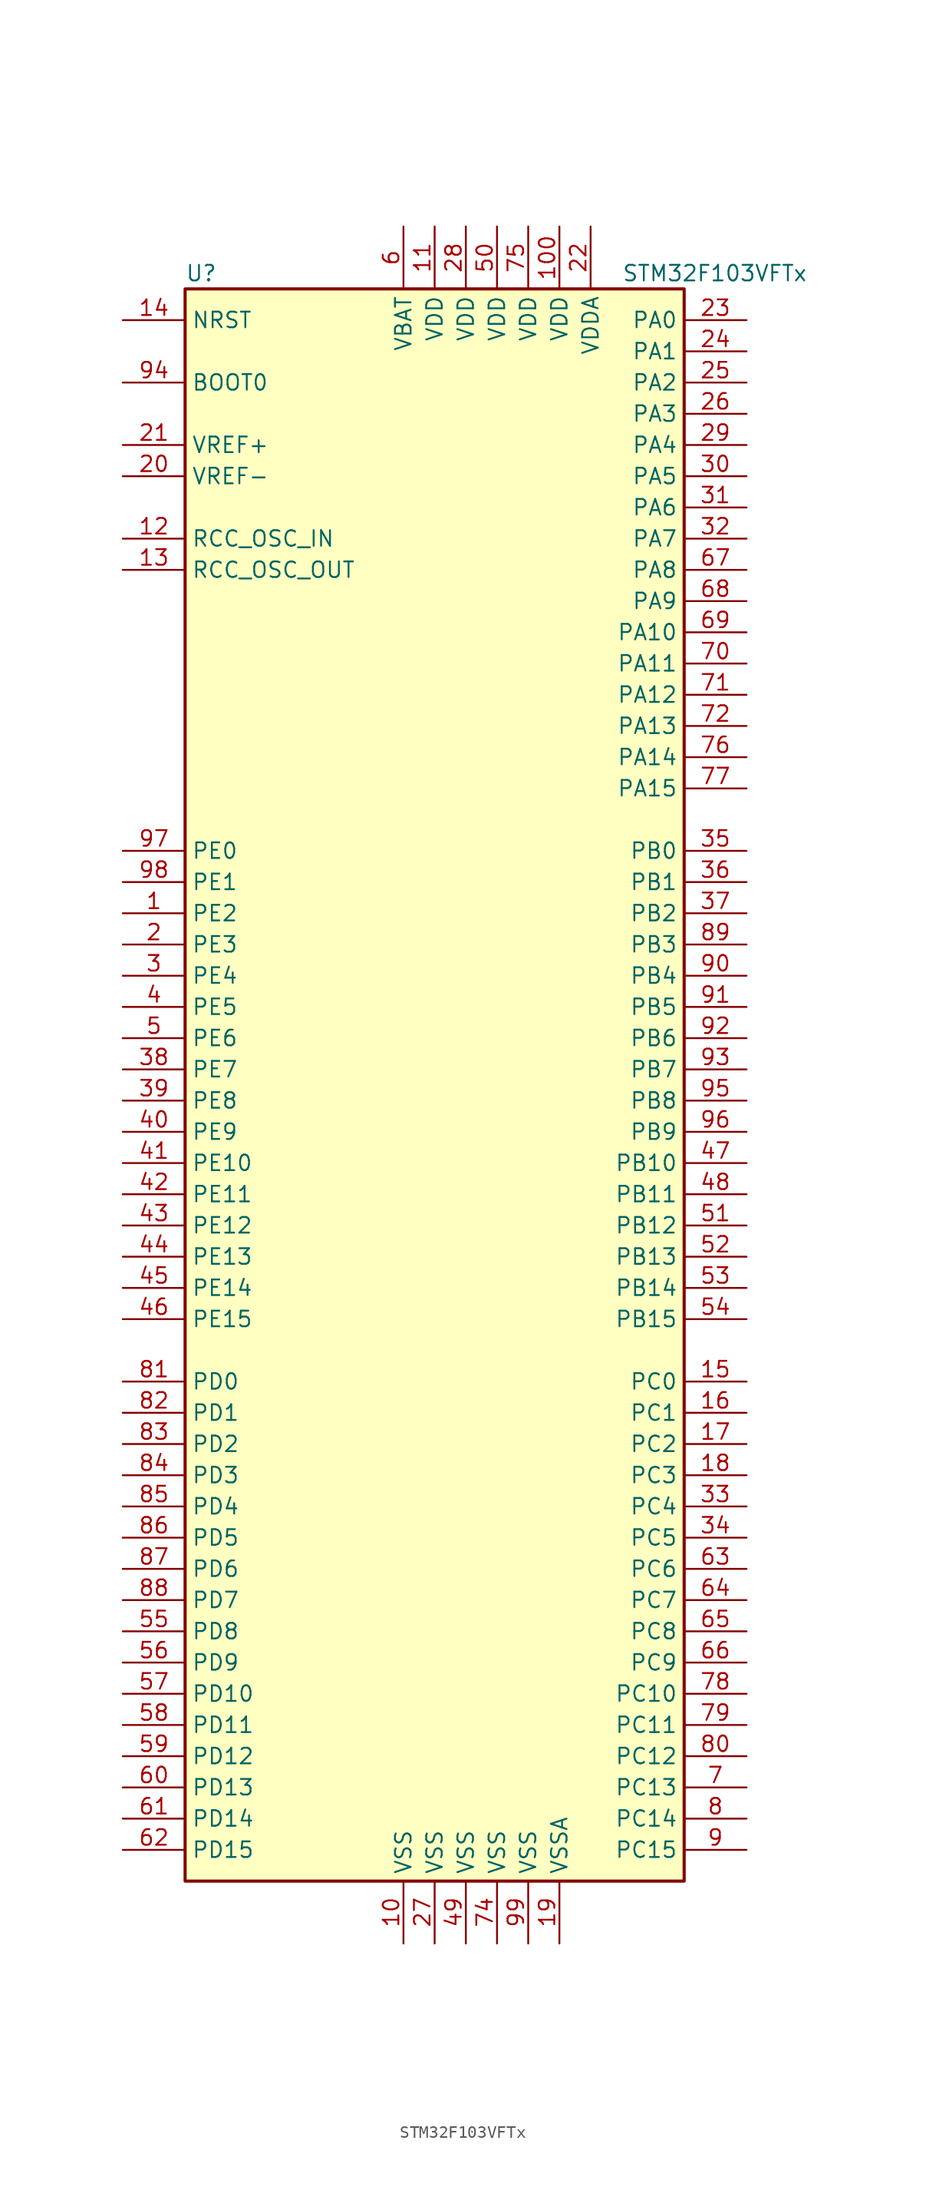
<source format=kicad_sym>
(kicad_symbol_lib
  (version 20201005)
  (generator kicad_symbol_editor)
  (symbol "MCU_ST_STM32F1:STM32F103VFTx"
    (property "Reference" "U"
      (at -20.32 64.77 0)
      (effects (font (size 1.27 1.27)) (justify left)))
    (property "Value" "STM32F103VFTx"
      (at 15.24 64.77 0)
      (effects (font (size 1.27 1.27)) (justify left)))
    (symbol "STM32F103VFTx_0_1"
      (rectangle (start -20.32 -66.04) (end 20.32 63.5) (stroke (width 0.254)) (fill (type background))))
    (symbol "STM32F103VFTx_1_1"
      (pin input line (at -25.4 55.88 0) (length 5.08) (name "BOOT0" (effects (font (size 1.27 1.27)))) (number "94" (effects (font (size 1.27 1.27)))))
      (pin no_connect line (at -20.32 -63.5 0) (length 5.08) hide (name "NC" (effects (font (size 1.27 1.27)))) (number "73" (effects (font (size 1.27 1.27)))))
      (pin input line (at -25.4 60.96 0) (length 5.08) (name "NRST" (effects (font (size 1.27 1.27)))) (number "14" (effects (font (size 1.27 1.27)))))
      (pin bidirectional line (at 25.4 60.96 180) (length 5.08) (name "PA0" (effects (font (size 1.27 1.27)))) (number "23" (effects (font (size 1.27 1.27)))))
      (pin bidirectional line (at 25.4 58.42 180) (length 5.08) (name "PA1" (effects (font (size 1.27 1.27)))) (number "24" (effects (font (size 1.27 1.27)))))
      (pin bidirectional line (at 25.4 35.56 180) (length 5.08) (name "PA10" (effects (font (size 1.27 1.27)))) (number "69" (effects (font (size 1.27 1.27)))))
      (pin bidirectional line (at 25.4 33.02 180) (length 5.08) (name "PA11" (effects (font (size 1.27 1.27)))) (number "70" (effects (font (size 1.27 1.27)))))
      (pin bidirectional line (at 25.4 30.48 180) (length 5.08) (name "PA12" (effects (font (size 1.27 1.27)))) (number "71" (effects (font (size 1.27 1.27)))))
      (pin bidirectional line (at 25.4 27.94 180) (length 5.08) (name "PA13" (effects (font (size 1.27 1.27)))) (number "72" (effects (font (size 1.27 1.27)))))
      (pin bidirectional line (at 25.4 25.4 180) (length 5.08) (name "PA14" (effects (font (size 1.27 1.27)))) (number "76" (effects (font (size 1.27 1.27)))))
      (pin bidirectional line (at 25.4 22.86 180) (length 5.08) (name "PA15" (effects (font (size 1.27 1.27)))) (number "77" (effects (font (size 1.27 1.27)))))
      (pin bidirectional line (at 25.4 55.88 180) (length 5.08) (name "PA2" (effects (font (size 1.27 1.27)))) (number "25" (effects (font (size 1.27 1.27)))))
      (pin bidirectional line (at 25.4 53.34 180) (length 5.08) (name "PA3" (effects (font (size 1.27 1.27)))) (number "26" (effects (font (size 1.27 1.27)))))
      (pin bidirectional line (at 25.4 50.8 180) (length 5.08) (name "PA4" (effects (font (size 1.27 1.27)))) (number "29" (effects (font (size 1.27 1.27)))))
      (pin bidirectional line (at 25.4 48.26 180) (length 5.08) (name "PA5" (effects (font (size 1.27 1.27)))) (number "30" (effects (font (size 1.27 1.27)))))
      (pin bidirectional line (at 25.4 45.72 180) (length 5.08) (name "PA6" (effects (font (size 1.27 1.27)))) (number "31" (effects (font (size 1.27 1.27)))))
      (pin bidirectional line (at 25.4 43.18 180) (length 5.08) (name "PA7" (effects (font (size 1.27 1.27)))) (number "32" (effects (font (size 1.27 1.27)))))
      (pin bidirectional line (at 25.4 40.64 180) (length 5.08) (name "PA8" (effects (font (size 1.27 1.27)))) (number "67" (effects (font (size 1.27 1.27)))))
      (pin bidirectional line (at 25.4 38.1 180) (length 5.08) (name "PA9" (effects (font (size 1.27 1.27)))) (number "68" (effects (font (size 1.27 1.27)))))
      (pin bidirectional line (at 25.4 17.78 180) (length 5.08) (name "PB0" (effects (font (size 1.27 1.27)))) (number "35" (effects (font (size 1.27 1.27)))))
      (pin bidirectional line (at 25.4 15.24 180) (length 5.08) (name "PB1" (effects (font (size 1.27 1.27)))) (number "36" (effects (font (size 1.27 1.27)))))
      (pin bidirectional line (at 25.4 -7.62 180) (length 5.08) (name "PB10" (effects (font (size 1.27 1.27)))) (number "47" (effects (font (size 1.27 1.27)))))
      (pin bidirectional line (at 25.4 -10.16 180) (length 5.08) (name "PB11" (effects (font (size 1.27 1.27)))) (number "48" (effects (font (size 1.27 1.27)))))
      (pin bidirectional line (at 25.4 -12.7 180) (length 5.08) (name "PB12" (effects (font (size 1.27 1.27)))) (number "51" (effects (font (size 1.27 1.27)))))
      (pin bidirectional line (at 25.4 -15.24 180) (length 5.08) (name "PB13" (effects (font (size 1.27 1.27)))) (number "52" (effects (font (size 1.27 1.27)))))
      (pin bidirectional line (at 25.4 -17.78 180) (length 5.08) (name "PB14" (effects (font (size 1.27 1.27)))) (number "53" (effects (font (size 1.27 1.27)))))
      (pin bidirectional line (at 25.4 -20.32 180) (length 5.08) (name "PB15" (effects (font (size 1.27 1.27)))) (number "54" (effects (font (size 1.27 1.27)))))
      (pin bidirectional line (at 25.4 12.7 180) (length 5.08) (name "PB2" (effects (font (size 1.27 1.27)))) (number "37" (effects (font (size 1.27 1.27)))))
      (pin bidirectional line (at 25.4 10.16 180) (length 5.08) (name "PB3" (effects (font (size 1.27 1.27)))) (number "89" (effects (font (size 1.27 1.27)))))
      (pin bidirectional line (at 25.4 7.62 180) (length 5.08) (name "PB4" (effects (font (size 1.27 1.27)))) (number "90" (effects (font (size 1.27 1.27)))))
      (pin bidirectional line (at 25.4 5.08 180) (length 5.08) (name "PB5" (effects (font (size 1.27 1.27)))) (number "91" (effects (font (size 1.27 1.27)))))
      (pin bidirectional line (at 25.4 2.54 180) (length 5.08) (name "PB6" (effects (font (size 1.27 1.27)))) (number "92" (effects (font (size 1.27 1.27)))))
      (pin bidirectional line (at 25.4 0 180) (length 5.08) (name "PB7" (effects (font (size 1.27 1.27)))) (number "93" (effects (font (size 1.27 1.27)))))
      (pin bidirectional line (at 25.4 -2.54 180) (length 5.08) (name "PB8" (effects (font (size 1.27 1.27)))) (number "95" (effects (font (size 1.27 1.27)))))
      (pin bidirectional line (at 25.4 -5.08 180) (length 5.08) (name "PB9" (effects (font (size 1.27 1.27)))) (number "96" (effects (font (size 1.27 1.27)))))
      (pin bidirectional line (at 25.4 -25.4 180) (length 5.08) (name "PC0" (effects (font (size 1.27 1.27)))) (number "15" (effects (font (size 1.27 1.27)))))
      (pin bidirectional line (at 25.4 -27.94 180) (length 5.08) (name "PC1" (effects (font (size 1.27 1.27)))) (number "16" (effects (font (size 1.27 1.27)))))
      (pin bidirectional line (at 25.4 -50.8 180) (length 5.08) (name "PC10" (effects (font (size 1.27 1.27)))) (number "78" (effects (font (size 1.27 1.27)))))
      (pin bidirectional line (at 25.4 -53.34 180) (length 5.08) (name "PC11" (effects (font (size 1.27 1.27)))) (number "79" (effects (font (size 1.27 1.27)))))
      (pin bidirectional line (at 25.4 -55.88 180) (length 5.08) (name "PC12" (effects (font (size 1.27 1.27)))) (number "80" (effects (font (size 1.27 1.27)))))
      (pin bidirectional line (at 25.4 -58.42 180) (length 5.08) (name "PC13" (effects (font (size 1.27 1.27)))) (number "7" (effects (font (size 1.27 1.27)))))
      (pin bidirectional line (at 25.4 -60.96 180) (length 5.08) (name "PC14" (effects (font (size 1.27 1.27)))) (number "8" (effects (font (size 1.27 1.27)))))
      (pin bidirectional line (at 25.4 -63.5 180) (length 5.08) (name "PC15" (effects (font (size 1.27 1.27)))) (number "9" (effects (font (size 1.27 1.27)))))
      (pin bidirectional line (at 25.4 -30.48 180) (length 5.08) (name "PC2" (effects (font (size 1.27 1.27)))) (number "17" (effects (font (size 1.27 1.27)))))
      (pin bidirectional line (at 25.4 -33.02 180) (length 5.08) (name "PC3" (effects (font (size 1.27 1.27)))) (number "18" (effects (font (size 1.27 1.27)))))
      (pin bidirectional line (at 25.4 -35.56 180) (length 5.08) (name "PC4" (effects (font (size 1.27 1.27)))) (number "33" (effects (font (size 1.27 1.27)))))
      (pin bidirectional line (at 25.4 -38.1 180) (length 5.08) (name "PC5" (effects (font (size 1.27 1.27)))) (number "34" (effects (font (size 1.27 1.27)))))
      (pin bidirectional line (at 25.4 -40.64 180) (length 5.08) (name "PC6" (effects (font (size 1.27 1.27)))) (number "63" (effects (font (size 1.27 1.27)))))
      (pin bidirectional line (at 25.4 -43.18 180) (length 5.08) (name "PC7" (effects (font (size 1.27 1.27)))) (number "64" (effects (font (size 1.27 1.27)))))
      (pin bidirectional line (at 25.4 -45.72 180) (length 5.08) (name "PC8" (effects (font (size 1.27 1.27)))) (number "65" (effects (font (size 1.27 1.27)))))
      (pin bidirectional line (at 25.4 -48.26 180) (length 5.08) (name "PC9" (effects (font (size 1.27 1.27)))) (number "66" (effects (font (size 1.27 1.27)))))
      (pin bidirectional line (at -25.4 -25.4 0) (length 5.08) (name "PD0" (effects (font (size 1.27 1.27)))) (number "81" (effects (font (size 1.27 1.27)))))
      (pin bidirectional line (at -25.4 -27.94 0) (length 5.08) (name "PD1" (effects (font (size 1.27 1.27)))) (number "82" (effects (font (size 1.27 1.27)))))
      (pin bidirectional line (at -25.4 -50.8 0) (length 5.08) (name "PD10" (effects (font (size 1.27 1.27)))) (number "57" (effects (font (size 1.27 1.27)))))
      (pin bidirectional line (at -25.4 -53.34 0) (length 5.08) (name "PD11" (effects (font (size 1.27 1.27)))) (number "58" (effects (font (size 1.27 1.27)))))
      (pin bidirectional line (at -25.4 -55.88 0) (length 5.08) (name "PD12" (effects (font (size 1.27 1.27)))) (number "59" (effects (font (size 1.27 1.27)))))
      (pin bidirectional line (at -25.4 -58.42 0) (length 5.08) (name "PD13" (effects (font (size 1.27 1.27)))) (number "60" (effects (font (size 1.27 1.27)))))
      (pin bidirectional line (at -25.4 -60.96 0) (length 5.08) (name "PD14" (effects (font (size 1.27 1.27)))) (number "61" (effects (font (size 1.27 1.27)))))
      (pin bidirectional line (at -25.4 -63.5 0) (length 5.08) (name "PD15" (effects (font (size 1.27 1.27)))) (number "62" (effects (font (size 1.27 1.27)))))
      (pin bidirectional line (at -25.4 -30.48 0) (length 5.08) (name "PD2" (effects (font (size 1.27 1.27)))) (number "83" (effects (font (size 1.27 1.27)))))
      (pin bidirectional line (at -25.4 -33.02 0) (length 5.08) (name "PD3" (effects (font (size 1.27 1.27)))) (number "84" (effects (font (size 1.27 1.27)))))
      (pin bidirectional line (at -25.4 -35.56 0) (length 5.08) (name "PD4" (effects (font (size 1.27 1.27)))) (number "85" (effects (font (size 1.27 1.27)))))
      (pin bidirectional line (at -25.4 -38.1 0) (length 5.08) (name "PD5" (effects (font (size 1.27 1.27)))) (number "86" (effects (font (size 1.27 1.27)))))
      (pin bidirectional line (at -25.4 -40.64 0) (length 5.08) (name "PD6" (effects (font (size 1.27 1.27)))) (number "87" (effects (font (size 1.27 1.27)))))
      (pin bidirectional line (at -25.4 -43.18 0) (length 5.08) (name "PD7" (effects (font (size 1.27 1.27)))) (number "88" (effects (font (size 1.27 1.27)))))
      (pin bidirectional line (at -25.4 -45.72 0) (length 5.08) (name "PD8" (effects (font (size 1.27 1.27)))) (number "55" (effects (font (size 1.27 1.27)))))
      (pin bidirectional line (at -25.4 -48.26 0) (length 5.08) (name "PD9" (effects (font (size 1.27 1.27)))) (number "56" (effects (font (size 1.27 1.27)))))
      (pin bidirectional line (at -25.4 17.78 0) (length 5.08) (name "PE0" (effects (font (size 1.27 1.27)))) (number "97" (effects (font (size 1.27 1.27)))))
      (pin bidirectional line (at -25.4 15.24 0) (length 5.08) (name "PE1" (effects (font (size 1.27 1.27)))) (number "98" (effects (font (size 1.27 1.27)))))
      (pin bidirectional line (at -25.4 -7.62 0) (length 5.08) (name "PE10" (effects (font (size 1.27 1.27)))) (number "41" (effects (font (size 1.27 1.27)))))
      (pin bidirectional line (at -25.4 -10.16 0) (length 5.08) (name "PE11" (effects (font (size 1.27 1.27)))) (number "42" (effects (font (size 1.27 1.27)))))
      (pin bidirectional line (at -25.4 -12.7 0) (length 5.08) (name "PE12" (effects (font (size 1.27 1.27)))) (number "43" (effects (font (size 1.27 1.27)))))
      (pin bidirectional line (at -25.4 -15.24 0) (length 5.08) (name "PE13" (effects (font (size 1.27 1.27)))) (number "44" (effects (font (size 1.27 1.27)))))
      (pin bidirectional line (at -25.4 -17.78 0) (length 5.08) (name "PE14" (effects (font (size 1.27 1.27)))) (number "45" (effects (font (size 1.27 1.27)))))
      (pin bidirectional line (at -25.4 -20.32 0) (length 5.08) (name "PE15" (effects (font (size 1.27 1.27)))) (number "46" (effects (font (size 1.27 1.27)))))
      (pin bidirectional line (at -25.4 12.7 0) (length 5.08) (name "PE2" (effects (font (size 1.27 1.27)))) (number "1" (effects (font (size 1.27 1.27)))))
      (pin bidirectional line (at -25.4 10.16 0) (length 5.08) (name "PE3" (effects (font (size 1.27 1.27)))) (number "2" (effects (font (size 1.27 1.27)))))
      (pin bidirectional line (at -25.4 7.62 0) (length 5.08) (name "PE4" (effects (font (size 1.27 1.27)))) (number "3" (effects (font (size 1.27 1.27)))))
      (pin bidirectional line (at -25.4 5.08 0) (length 5.08) (name "PE5" (effects (font (size 1.27 1.27)))) (number "4" (effects (font (size 1.27 1.27)))))
      (pin bidirectional line (at -25.4 2.54 0) (length 5.08) (name "PE6" (effects (font (size 1.27 1.27)))) (number "5" (effects (font (size 1.27 1.27)))))
      (pin bidirectional line (at -25.4 0 0) (length 5.08) (name "PE7" (effects (font (size 1.27 1.27)))) (number "38" (effects (font (size 1.27 1.27)))))
      (pin bidirectional line (at -25.4 -2.54 0) (length 5.08) (name "PE8" (effects (font (size 1.27 1.27)))) (number "39" (effects (font (size 1.27 1.27)))))
      (pin bidirectional line (at -25.4 -5.08 0) (length 5.08) (name "PE9" (effects (font (size 1.27 1.27)))) (number "40" (effects (font (size 1.27 1.27)))))
      (pin input line (at -25.4 43.18 0) (length 5.08) (name "RCC_OSC_IN" (effects (font (size 1.27 1.27)))) (number "12" (effects (font (size 1.27 1.27)))))
      (pin input line (at -25.4 40.64 0) (length 5.08) (name "RCC_OSC_OUT" (effects (font (size 1.27 1.27)))) (number "13" (effects (font (size 1.27 1.27)))))
      (pin power_in line (at -2.54 68.58 270) (length 5.08) (name "VBAT" (effects (font (size 1.27 1.27)))) (number "6" (effects (font (size 1.27 1.27)))))
      (pin power_in line (at 10.16 68.58 270) (length 5.08) (name "VDD" (effects (font (size 1.27 1.27)))) (number "100" (effects (font (size 1.27 1.27)))))
      (pin power_in line (at 0 68.58 270) (length 5.08) (name "VDD" (effects (font (size 1.27 1.27)))) (number "11" (effects (font (size 1.27 1.27)))))
      (pin power_in line (at 2.54 68.58 270) (length 5.08) (name "VDD" (effects (font (size 1.27 1.27)))) (number "28" (effects (font (size 1.27 1.27)))))
      (pin power_in line (at 5.08 68.58 270) (length 5.08) (name "VDD" (effects (font (size 1.27 1.27)))) (number "50" (effects (font (size 1.27 1.27)))))
      (pin power_in line (at 7.62 68.58 270) (length 5.08) (name "VDD" (effects (font (size 1.27 1.27)))) (number "75" (effects (font (size 1.27 1.27)))))
      (pin power_in line (at 12.7 68.58 270) (length 5.08) (name "VDDA" (effects (font (size 1.27 1.27)))) (number "22" (effects (font (size 1.27 1.27)))))
      (pin power_in line (at -25.4 50.8 0) (length 5.08) (name "VREF+" (effects (font (size 1.27 1.27)))) (number "21" (effects (font (size 1.27 1.27)))))
      (pin power_in line (at -25.4 48.26 0) (length 5.08) (name "VREF-" (effects (font (size 1.27 1.27)))) (number "20" (effects (font (size 1.27 1.27)))))
      (pin power_in line (at -2.54 -71.12 90) (length 5.08) (name "VSS" (effects (font (size 1.27 1.27)))) (number "10" (effects (font (size 1.27 1.27)))))
      (pin power_in line (at 0 -71.12 90) (length 5.08) (name "VSS" (effects (font (size 1.27 1.27)))) (number "27" (effects (font (size 1.27 1.27)))))
      (pin power_in line (at 2.54 -71.12 90) (length 5.08) (name "VSS" (effects (font (size 1.27 1.27)))) (number "49" (effects (font (size 1.27 1.27)))))
      (pin power_in line (at 5.08 -71.12 90) (length 5.08) (name "VSS" (effects (font (size 1.27 1.27)))) (number "74" (effects (font (size 1.27 1.27)))))
      (pin power_in line (at 7.62 -71.12 90) (length 5.08) (name "VSS" (effects (font (size 1.27 1.27)))) (number "99" (effects (font (size 1.27 1.27)))))
      (pin power_in line (at 10.16 -71.12 90) (length 5.08) (name "VSSA" (effects (font (size 1.27 1.27)))) (number "19" (effects (font (size 1.27 1.27))))))))
</source>
